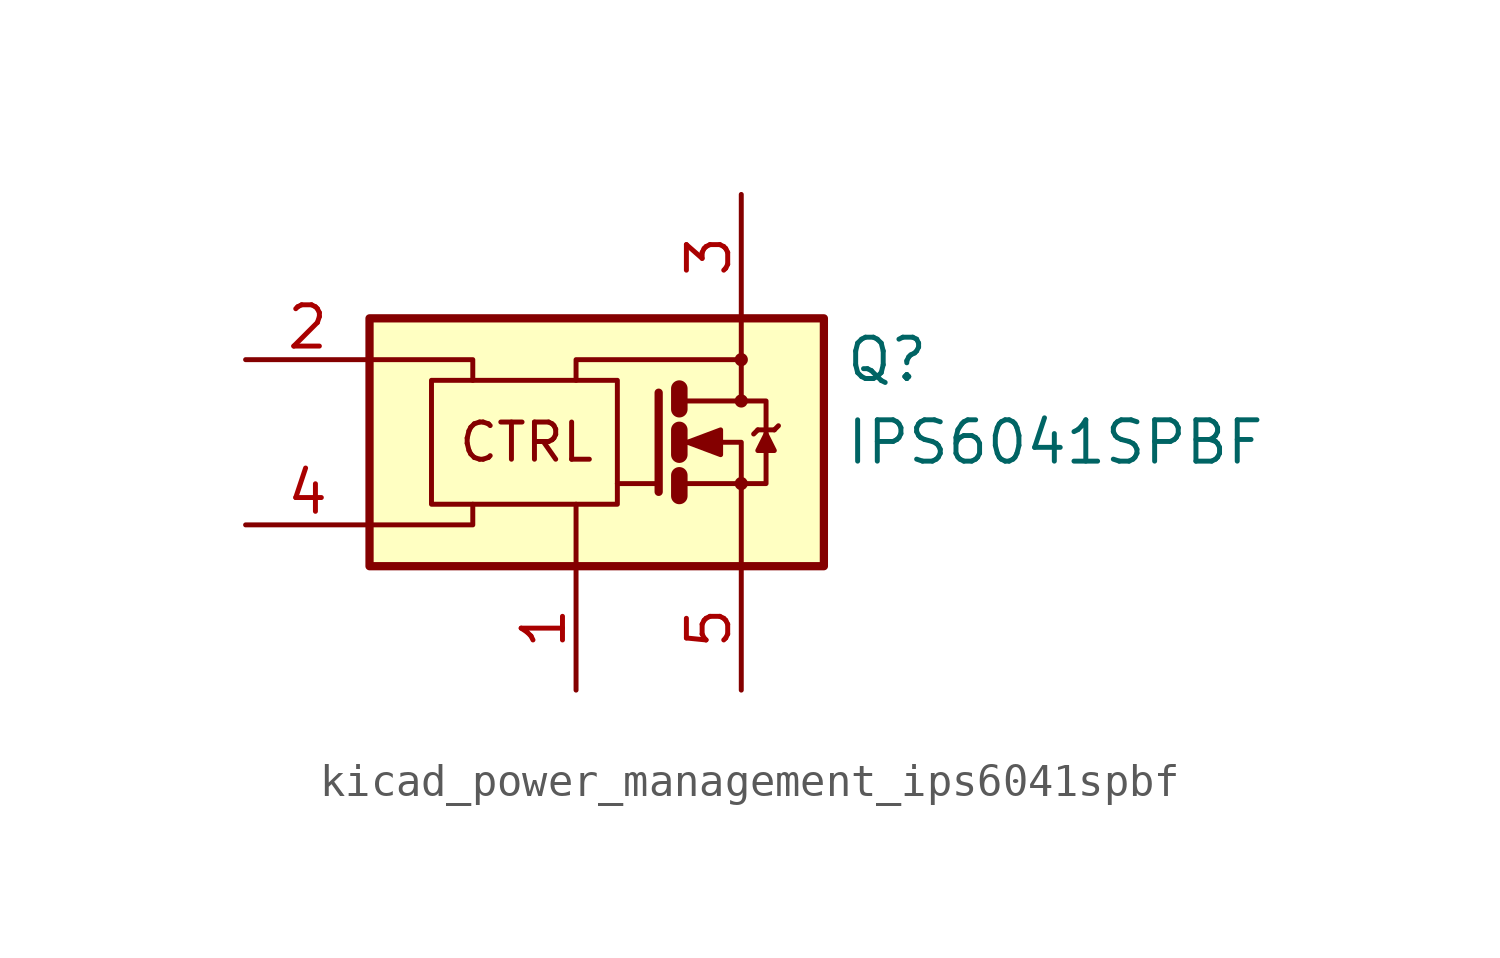
<source format=kicad_sym>
(kicad_symbol_lib
  (version 20220914)
  (generator kicad_symbol_editor)
  (symbol "kicad_power_management_ips6041spbf"
    (pin_names
      (offset 0) hide)
    (property "Reference" "Q"
      (at 8.255 2.54 0)
      (effects (font (size 1.27 1.27)) (justify left)))
    (property "Value" "IPS6041SPBF"
      (at 8.255 0 0)
      (effects (font (size 1.27 1.27)) (justify left)))
    (symbol "kicad_power_management_ips6041spbf_0_0"
      (rectangle (start -6.35 3.81) (end 7.62 -3.81) (stroke (width 0.254) (type default)) (fill (type background)))
      (polyline (pts (xy 0 -3.81) (xy 0 -1.905)) (stroke (width 0) (type default)) (fill (type none)))
      (polyline (pts (xy -6.35 -2.54) (xy -3.175 -2.54) (xy -3.175 -1.905)) (stroke (width 0) (type default)) (fill (type none)))
      (polyline (pts (xy -6.35 2.54) (xy -3.175 2.54) (xy -3.175 1.905)) (stroke (width 0) (type default)) (fill (type none)))
      (polyline (pts (xy 0 1.905) (xy 0 2.54) (xy 5.08 2.54)) (stroke (width 0) (type default)) (fill (type none)))
      (circle (center 5.08 2.54) (radius 0.127) (stroke (width 0) (type default)) (fill (type none)))
      (text "CTRL" (at -1.524 0 0) (effects (font (size 1.143 1.143)))))
    (symbol "kicad_power_management_ips6041spbf_0_1"
      (rectangle (start -4.445 1.905) (end 1.27 -1.905) (stroke (width 0) (type default)) (fill (type none)))
      (polyline (pts (xy 2.54 -1.27) (xy 1.27 -1.27)) (stroke (width 0) (type default)) (fill (type none)))
      (polyline (pts (xy 3.175 -1.016) (xy 3.175 -1.651)) (stroke (width 0.508) (type default)) (fill (type none)))
      (polyline (pts (xy 3.175 0.381) (xy 3.175 -0.381)) (stroke (width 0.508) (type default)) (fill (type none)))
      (polyline (pts (xy 3.175 1.651) (xy 3.175 1.016)) (stroke (width 0.508) (type default)) (fill (type none)))
      (polyline (pts (xy 5.588 0.381) (xy 5.461 0.254)) (stroke (width 0) (type default)) (fill (type none)))
      (polyline (pts (xy 5.588 0.381) (xy 6.096 0.381)) (stroke (width 0) (type default)) (fill (type none)))
      (polyline (pts (xy 6.096 0.381) (xy 6.223 0.508)) (stroke (width 0) (type default)) (fill (type none)))
      (polyline (pts (xy 2.54 1.524) (xy 2.54 -1.524) (xy 2.54 -1.524)) (stroke (width 0.254) (type default)) (fill (type none)))
      (polyline (pts (xy 3.302 -1.27) (xy 5.08 -1.27) (xy 5.08 -3.81)) (stroke (width 0) (type default)) (fill (type none)))
      (polyline (pts (xy 3.302 0) (xy 5.08 0) (xy 5.08 -1.27)) (stroke (width 0) (type default)) (fill (type none)))
      (polyline (pts (xy 3.302 1.27) (xy 5.08 1.27) (xy 5.08 3.81) (xy 5.08 2.54)) (stroke (width 0) (type default)) (fill (type none)))
      (polyline (pts (xy 5.08 -1.27) (xy 5.842 -1.27) (xy 5.842 1.27) (xy 5.08 1.27)) (stroke (width 0) (type default)) (fill (type none)))
      (polyline (pts (xy 5.842 0.254) (xy 5.588 -0.254) (xy 6.096 -0.254) (xy 5.842 0.254)) (stroke (width 0) (type default)) (fill (type outline)))
      (polyline (pts (xy 3.429 0) (xy 4.445 0.381) (xy 4.445 -0.381) (xy 3.429 0) (xy 3.556 0) (xy 3.556 0)) (stroke (width 0) (type default)) (fill (type outline)))
      (circle (center 5.08 -1.27) (radius 0.127) (stroke (width 0) (type default)) (fill (type none)))
      (circle (center 5.08 1.27) (radius 0.127) (stroke (width 0) (type default)) (fill (type none))))
    (symbol "kicad_power_management_ips6041spbf_1_1"
      (pin power_in line (at 0 -7.62 90) (length 3.81) (name "GND" (effects (font (size 1.27 1.27)))) (number "1" (effects (font (size 1.27 1.27)))))
      (pin input line (at -10.16 2.54 0) (length 3.81) (name "IN" (effects (font (size 1.27 1.27)))) (number "2" (effects (font (size 1.27 1.27)))))
      (pin power_in line (at 5.08 7.62 270) (length 3.81) (name "VCC" (effects (font (size 1.27 1.27)))) (number "3" (effects (font (size 1.27 1.27)))))
      (pin bidirectional line (at -10.16 -2.54 0) (length 3.81) (name "DG" (effects (font (size 1.27 1.27)))) (number "4" (effects (font (size 1.27 1.27)))))
      (pin output line (at 5.08 -7.62 90) (length 3.81) (name "OUT" (effects (font (size 1.27 1.27)))) (number "5" (effects (font (size 1.27 1.27))))))))
</source>
